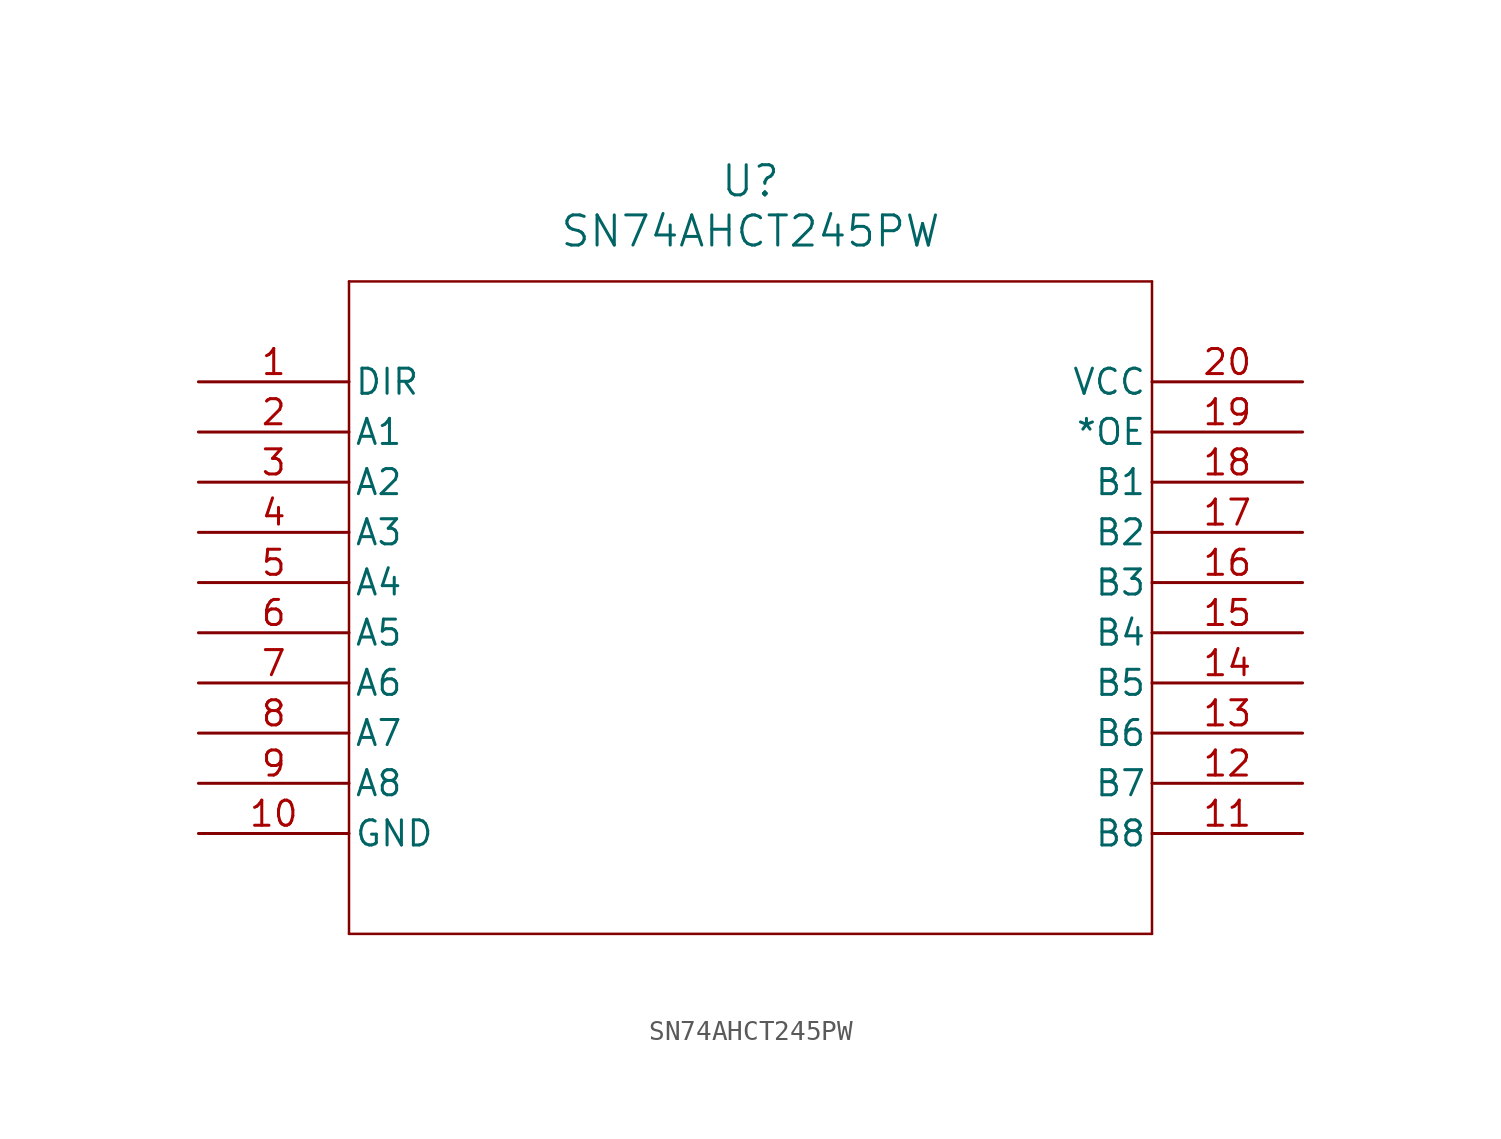
<source format=kicad_sym>
(kicad_symbol_lib
  (version 20211014)
  (generator kicad_symbol_editor)
  (symbol "SN74AHCT245PW"
    (pin_names
      (offset 0.254))
    (property "Reference" "U"
      (at 27.94 10.16 0)
      (effects (font (size 1.524 1.524))))
    (property "Value" "SN74AHCT245PW"
      (at 27.94 7.62 0)
      (effects (font (size 1.524 1.524))))
    (symbol "SN74AHCT245PW_0_1"
      (polyline (pts (xy 7.62 5.08) (xy 7.62 -27.94)) (stroke (width 0.127) (type default) (color 0 0 0 0)) (fill (type none)))
      (polyline (pts (xy 7.62 -27.94) (xy 48.26 -27.94)) (stroke (width 0.127) (type default) (color 0 0 0 0)) (fill (type none)))
      (polyline (pts (xy 48.26 -27.94) (xy 48.26 5.08)) (stroke (width 0.127) (type default) (color 0 0 0 0)) (fill (type none)))
      (polyline (pts (xy 48.26 5.08) (xy 7.62 5.08)) (stroke (width 0.127) (type default) (color 0 0 0 0)) (fill (type none)))
      (pin input line (at 0 0 0) (length 7.62) (name "DIR" (effects (font (size 1.27 1.27)))) (number "1" (effects (font (size 1.27 1.27)))))
      (pin bidirectional line (at 0 -2.54 0) (length 7.62) (name "A1" (effects (font (size 1.27 1.27)))) (number "2" (effects (font (size 1.27 1.27)))))
      (pin bidirectional line (at 0 -5.08 0) (length 7.62) (name "A2" (effects (font (size 1.27 1.27)))) (number "3" (effects (font (size 1.27 1.27)))))
      (pin bidirectional line (at 0 -7.62 0) (length 7.62) (name "A3" (effects (font (size 1.27 1.27)))) (number "4" (effects (font (size 1.27 1.27)))))
      (pin bidirectional line (at 0 -10.16 0) (length 7.62) (name "A4" (effects (font (size 1.27 1.27)))) (number "5" (effects (font (size 1.27 1.27)))))
      (pin bidirectional line (at 0 -12.7 0) (length 7.62) (name "A5" (effects (font (size 1.27 1.27)))) (number "6" (effects (font (size 1.27 1.27)))))
      (pin bidirectional line (at 0 -15.24 0) (length 7.62) (name "A6" (effects (font (size 1.27 1.27)))) (number "7" (effects (font (size 1.27 1.27)))))
      (pin bidirectional line (at 0 -17.78 0) (length 7.62) (name "A7" (effects (font (size 1.27 1.27)))) (number "8" (effects (font (size 1.27 1.27)))))
      (pin bidirectional line (at 0 -20.32 0) (length 7.62) (name "A8" (effects (font (size 1.27 1.27)))) (number "9" (effects (font (size 1.27 1.27)))))
      (pin power_in line (at 0 -22.86 0) (length 7.62) (name "GND" (effects (font (size 1.27 1.27)))) (number "10" (effects (font (size 1.27 1.27)))))
      (pin bidirectional line (at 55.88 -22.86 180) (length 7.62) (name "B8" (effects (font (size 1.27 1.27)))) (number "11" (effects (font (size 1.27 1.27)))))
      (pin bidirectional line (at 55.88 -20.32 180) (length 7.62) (name "B7" (effects (font (size 1.27 1.27)))) (number "12" (effects (font (size 1.27 1.27)))))
      (pin bidirectional line (at 55.88 -17.78 180) (length 7.62) (name "B6" (effects (font (size 1.27 1.27)))) (number "13" (effects (font (size 1.27 1.27)))))
      (pin bidirectional line (at 55.88 -15.24 180) (length 7.62) (name "B5" (effects (font (size 1.27 1.27)))) (number "14" (effects (font (size 1.27 1.27)))))
      (pin bidirectional line (at 55.88 -12.7 180) (length 7.62) (name "B4" (effects (font (size 1.27 1.27)))) (number "15" (effects (font (size 1.27 1.27)))))
      (pin bidirectional line (at 55.88 -10.16 180) (length 7.62) (name "B3" (effects (font (size 1.27 1.27)))) (number "16" (effects (font (size 1.27 1.27)))))
      (pin bidirectional line (at 55.88 -7.62 180) (length 7.62) (name "B2" (effects (font (size 1.27 1.27)))) (number "17" (effects (font (size 1.27 1.27)))))
      (pin bidirectional line (at 55.88 -5.08 180) (length 7.62) (name "B1" (effects (font (size 1.27 1.27)))) (number "18" (effects (font (size 1.27 1.27)))))
      (pin input line (at 55.88 -2.54 180) (length 7.62) (name "*OE" (effects (font (size 1.27 1.27)))) (number "19" (effects (font (size 1.27 1.27)))))
      (pin power_in line (at 55.88 0 180) (length 7.62) (name "VCC" (effects (font (size 1.27 1.27)))) (number "20" (effects (font (size 1.27 1.27))))))))
</source>
